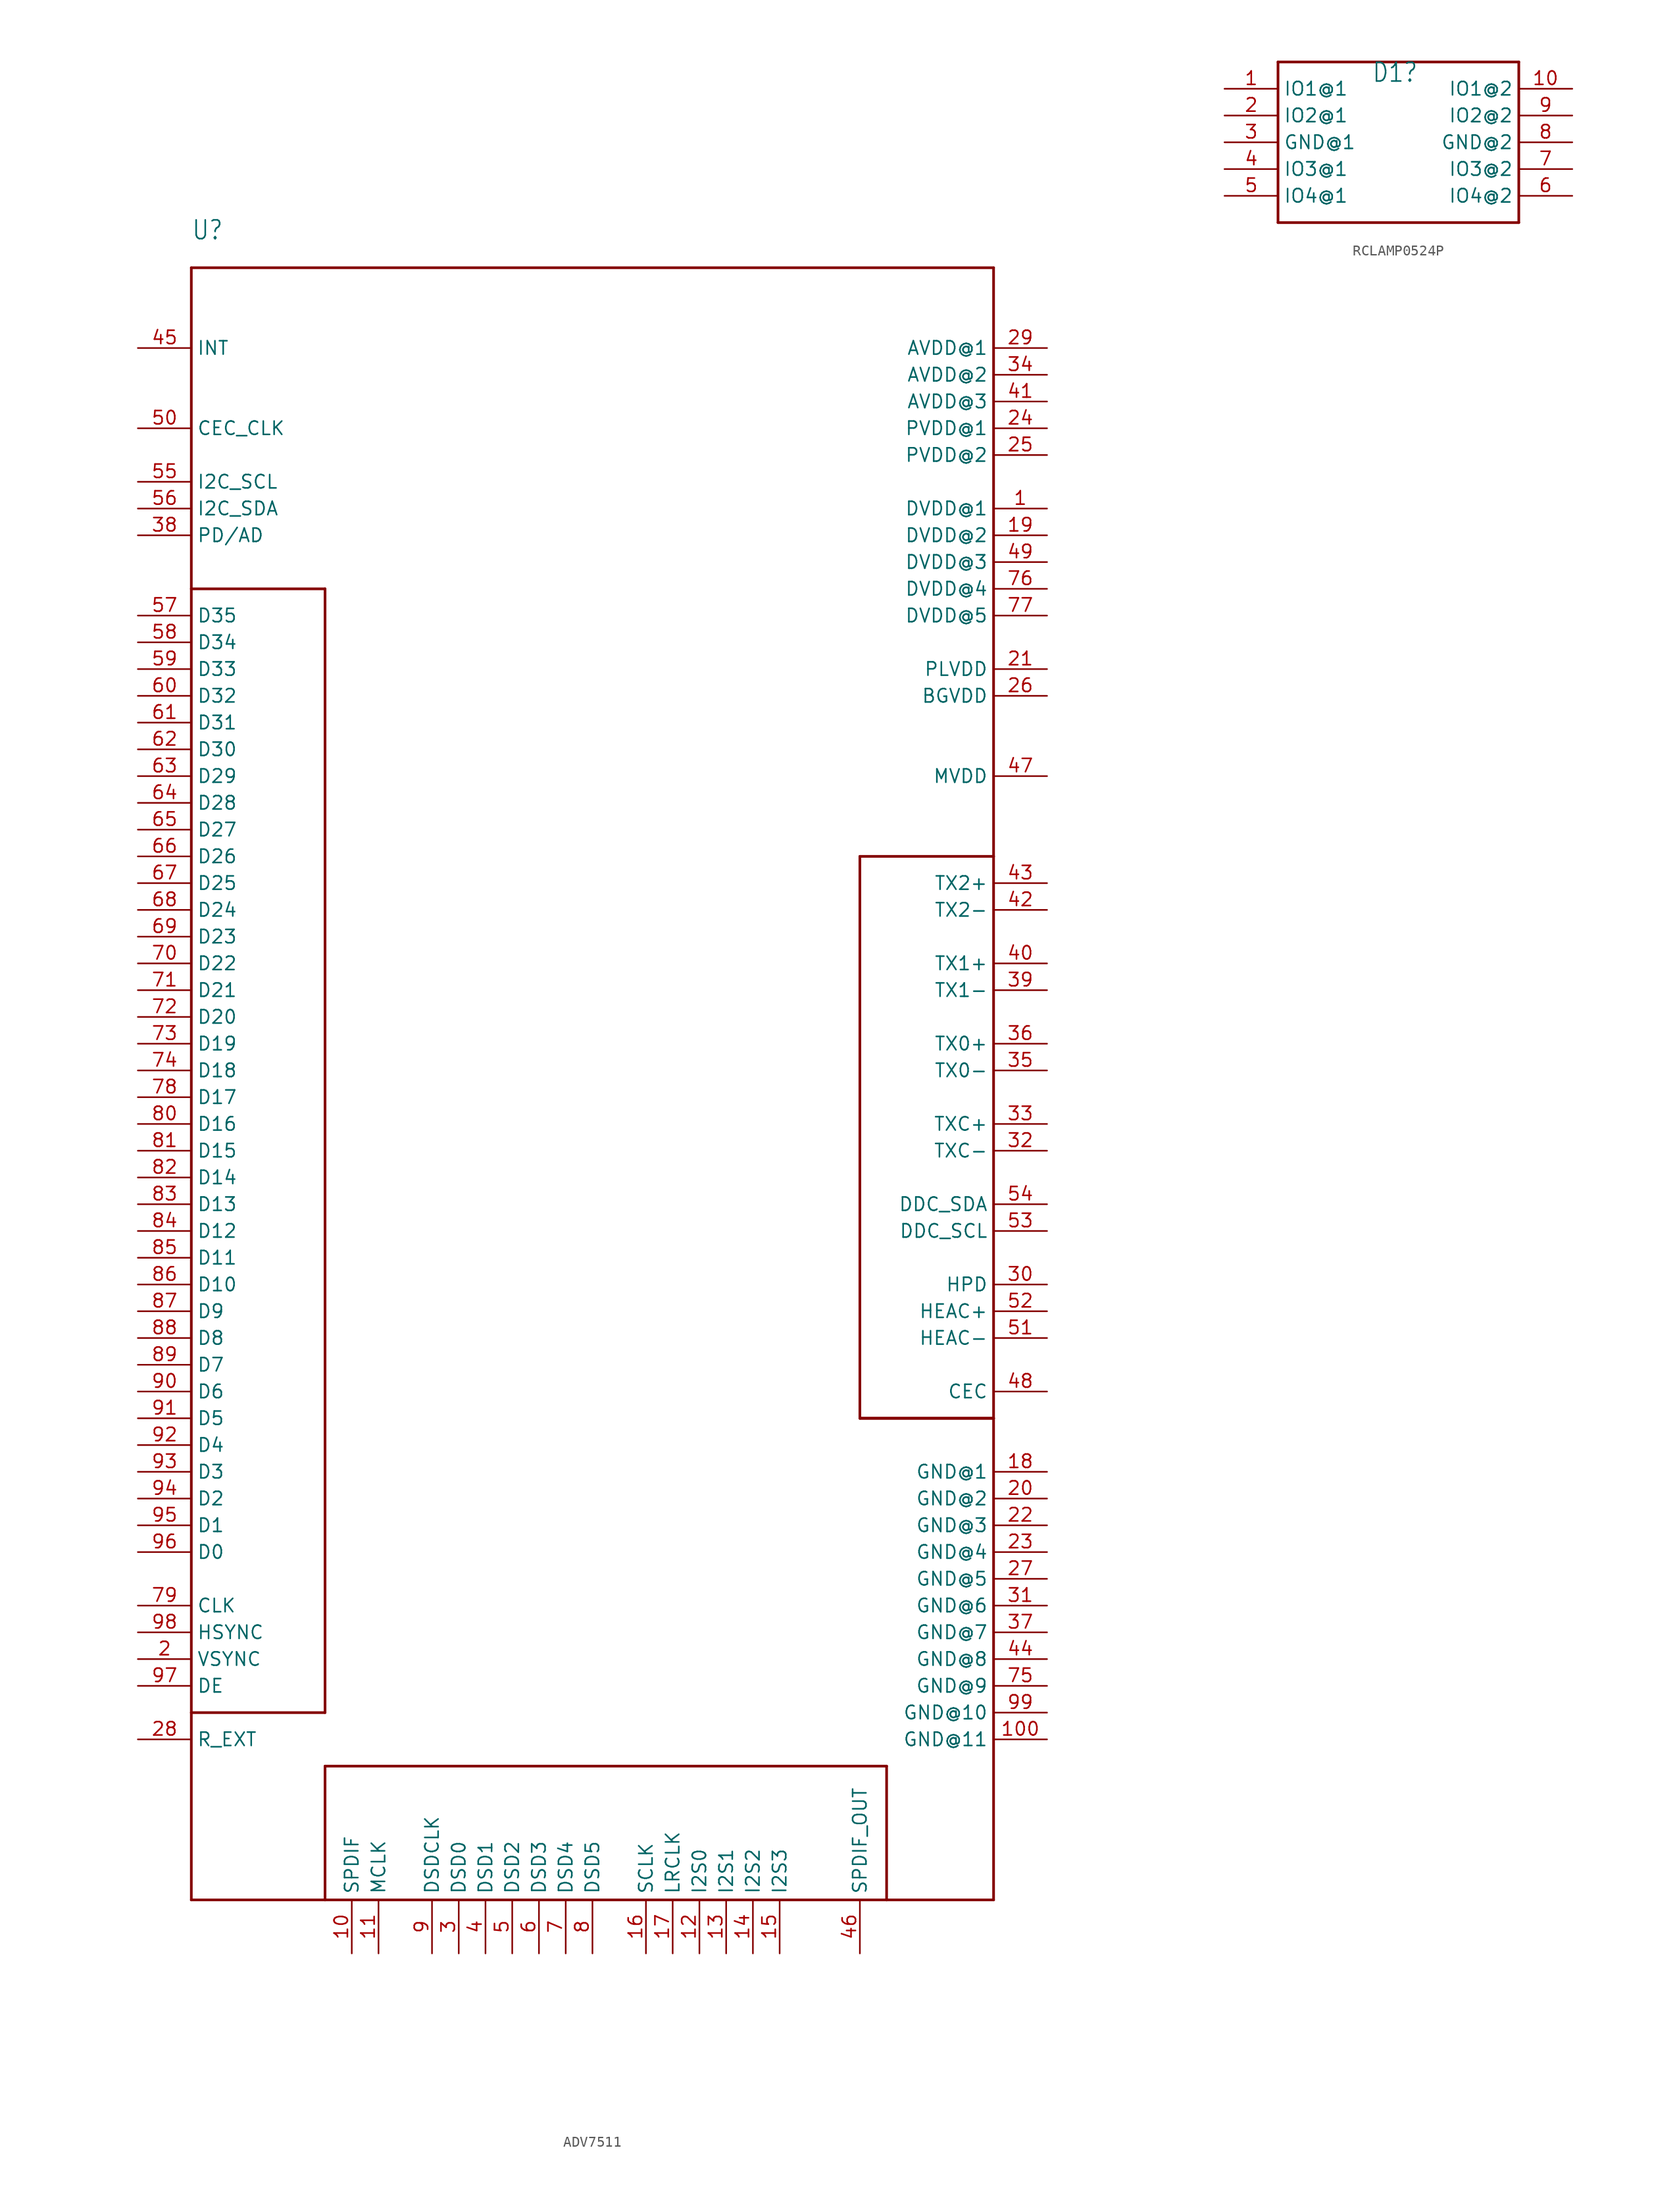
<source format=kicad_sym>
(kicad_symbol_lib
  (version 20220914)
  (generator kicad_symbol_editor)
  (symbol "ADV7511"
    (property "Reference" "U"
      (at -45.72 83.82 0)
      (effects (font (size 1.778 1.511)) (justify left bottom)))
    (property "Value" ""
      (at -45.72 81.788 0)
      (effects (font (size 1.778 1.511)) (justify left bottom)))
    (property "ki_locked" ""
      (at 0 0 0)
      (effects (font (size 1.27 1.27))))
    (symbol "ADV7511_1_0"
      (polyline (pts (xy -45.72 -73.66) (xy -33.02 -73.66)) (stroke (width 0.254) (type solid)) (fill (type none)))
      (polyline (pts (xy -45.72 -55.88) (xy -45.72 -73.66)) (stroke (width 0.254) (type solid)) (fill (type none)))
      (polyline (pts (xy -45.72 -55.88) (xy -33.02 -55.88)) (stroke (width 0.254) (type solid)) (fill (type none)))
      (polyline (pts (xy -45.72 50.8) (xy -45.72 -55.88)) (stroke (width 0.254) (type solid)) (fill (type none)))
      (polyline (pts (xy -45.72 81.28) (xy -45.72 50.8)) (stroke (width 0.254) (type solid)) (fill (type none)))
      (polyline (pts (xy -33.02 -73.66) (xy -33.02 -60.96)) (stroke (width 0.254) (type solid)) (fill (type none)))
      (polyline (pts (xy -33.02 -73.66) (xy 20.32 -73.66)) (stroke (width 0.254) (type solid)) (fill (type none)))
      (polyline (pts (xy -33.02 -60.96) (xy 20.32 -60.96)) (stroke (width 0.254) (type solid)) (fill (type none)))
      (polyline (pts (xy -33.02 -55.88) (xy -33.02 50.8)) (stroke (width 0.254) (type solid)) (fill (type none)))
      (polyline (pts (xy -33.02 50.8) (xy -45.72 50.8)) (stroke (width 0.254) (type solid)) (fill (type none)))
      (polyline (pts (xy 17.78 -27.94) (xy 30.48 -27.94)) (stroke (width 0.254) (type solid)) (fill (type none)))
      (polyline (pts (xy 17.78 25.4) (xy 17.78 -27.94)) (stroke (width 0.254) (type solid)) (fill (type none)))
      (polyline (pts (xy 20.32 -73.66) (xy 30.48 -73.66)) (stroke (width 0.254) (type solid)) (fill (type none)))
      (polyline (pts (xy 20.32 -60.96) (xy 20.32 -73.66)) (stroke (width 0.254) (type solid)) (fill (type none)))
      (polyline (pts (xy 30.48 -73.66) (xy 30.48 -27.94)) (stroke (width 0.254) (type solid)) (fill (type none)))
      (polyline (pts (xy 30.48 -27.94) (xy 17.78 -27.94)) (stroke (width 0.254) (type solid)) (fill (type none)))
      (polyline (pts (xy 30.48 -27.94) (xy 30.48 25.4)) (stroke (width 0.254) (type solid)) (fill (type none)))
      (polyline (pts (xy 30.48 25.4) (xy 17.78 25.4)) (stroke (width 0.254) (type solid)) (fill (type none)))
      (polyline (pts (xy 30.48 25.4) (xy 30.48 81.28)) (stroke (width 0.254) (type solid)) (fill (type none)))
      (polyline (pts (xy 30.48 81.28) (xy -45.72 81.28)) (stroke (width 0.254) (type solid)) (fill (type none)))
      (pin bidirectional line (at 35.56 58.42 180) (length 5.08) (name "DVDD@1" (effects (font (size 1.27 1.27)))) (number "1" (effects (font (size 1.27 1.27)))))
      (pin bidirectional line (at -30.48 -78.74 90) (length 5.08) (name "SPDIF" (effects (font (size 1.27 1.27)))) (number "10" (effects (font (size 1.27 1.27)))))
      (pin bidirectional line (at 35.56 -58.42 180) (length 5.08) (name "GND@11" (effects (font (size 1.27 1.27)))) (number "100" (effects (font (size 1.27 1.27)))))
      (pin bidirectional line (at -27.94 -78.74 90) (length 5.08) (name "MCLK" (effects (font (size 1.27 1.27)))) (number "11" (effects (font (size 1.27 1.27)))))
      (pin bidirectional line (at 2.54 -78.74 90) (length 5.08) (name "I2S0" (effects (font (size 1.27 1.27)))) (number "12" (effects (font (size 1.27 1.27)))))
      (pin bidirectional line (at 5.08 -78.74 90) (length 5.08) (name "I2S1" (effects (font (size 1.27 1.27)))) (number "13" (effects (font (size 1.27 1.27)))))
      (pin bidirectional line (at 7.62 -78.74 90) (length 5.08) (name "I2S2" (effects (font (size 1.27 1.27)))) (number "14" (effects (font (size 1.27 1.27)))))
      (pin bidirectional line (at 10.16 -78.74 90) (length 5.08) (name "I2S3" (effects (font (size 1.27 1.27)))) (number "15" (effects (font (size 1.27 1.27)))))
      (pin bidirectional line (at -2.54 -78.74 90) (length 5.08) (name "SCLK" (effects (font (size 1.27 1.27)))) (number "16" (effects (font (size 1.27 1.27)))))
      (pin bidirectional line (at 0 -78.74 90) (length 5.08) (name "LRCLK" (effects (font (size 1.27 1.27)))) (number "17" (effects (font (size 1.27 1.27)))))
      (pin bidirectional line (at 35.56 -33.02 180) (length 5.08) (name "GND@1" (effects (font (size 1.27 1.27)))) (number "18" (effects (font (size 1.27 1.27)))))
      (pin bidirectional line (at 35.56 55.88 180) (length 5.08) (name "DVDD@2" (effects (font (size 1.27 1.27)))) (number "19" (effects (font (size 1.27 1.27)))))
      (pin bidirectional line (at -50.8 -50.8 0) (length 5.08) (name "VSYNC" (effects (font (size 1.27 1.27)))) (number "2" (effects (font (size 1.27 1.27)))))
      (pin bidirectional line (at 35.56 -35.56 180) (length 5.08) (name "GND@2" (effects (font (size 1.27 1.27)))) (number "20" (effects (font (size 1.27 1.27)))))
      (pin bidirectional line (at 35.56 43.18 180) (length 5.08) (name "PLVDD" (effects (font (size 1.27 1.27)))) (number "21" (effects (font (size 1.27 1.27)))))
      (pin bidirectional line (at 35.56 -38.1 180) (length 5.08) (name "GND@3" (effects (font (size 1.27 1.27)))) (number "22" (effects (font (size 1.27 1.27)))))
      (pin bidirectional line (at 35.56 -40.64 180) (length 5.08) (name "GND@4" (effects (font (size 1.27 1.27)))) (number "23" (effects (font (size 1.27 1.27)))))
      (pin bidirectional line (at 35.56 66.04 180) (length 5.08) (name "PVDD@1" (effects (font (size 1.27 1.27)))) (number "24" (effects (font (size 1.27 1.27)))))
      (pin bidirectional line (at 35.56 63.5 180) (length 5.08) (name "PVDD@2" (effects (font (size 1.27 1.27)))) (number "25" (effects (font (size 1.27 1.27)))))
      (pin bidirectional line (at 35.56 40.64 180) (length 5.08) (name "BGVDD" (effects (font (size 1.27 1.27)))) (number "26" (effects (font (size 1.27 1.27)))))
      (pin bidirectional line (at 35.56 -43.18 180) (length 5.08) (name "GND@5" (effects (font (size 1.27 1.27)))) (number "27" (effects (font (size 1.27 1.27)))))
      (pin bidirectional line (at -50.8 -58.42 0) (length 5.08) (name "R_EXT" (effects (font (size 1.27 1.27)))) (number "28" (effects (font (size 1.27 1.27)))))
      (pin bidirectional line (at 35.56 73.66 180) (length 5.08) (name "AVDD@1" (effects (font (size 1.27 1.27)))) (number "29" (effects (font (size 1.27 1.27)))))
      (pin bidirectional line (at -20.32 -78.74 90) (length 5.08) (name "DSD0" (effects (font (size 1.27 1.27)))) (number "3" (effects (font (size 1.27 1.27)))))
      (pin bidirectional line (at 35.56 -15.24 180) (length 5.08) (name "HPD" (effects (font (size 1.27 1.27)))) (number "30" (effects (font (size 1.27 1.27)))))
      (pin bidirectional line (at 35.56 -45.72 180) (length 5.08) (name "GND@6" (effects (font (size 1.27 1.27)))) (number "31" (effects (font (size 1.27 1.27)))))
      (pin bidirectional line (at 35.56 -2.54 180) (length 5.08) (name "TXC-" (effects (font (size 1.27 1.27)))) (number "32" (effects (font (size 1.27 1.27)))))
      (pin bidirectional line (at 35.56 0 180) (length 5.08) (name "TXC+" (effects (font (size 1.27 1.27)))) (number "33" (effects (font (size 1.27 1.27)))))
      (pin bidirectional line (at 35.56 71.12 180) (length 5.08) (name "AVDD@2" (effects (font (size 1.27 1.27)))) (number "34" (effects (font (size 1.27 1.27)))))
      (pin bidirectional line (at 35.56 5.08 180) (length 5.08) (name "TX0-" (effects (font (size 1.27 1.27)))) (number "35" (effects (font (size 1.27 1.27)))))
      (pin bidirectional line (at 35.56 7.62 180) (length 5.08) (name "TX0+" (effects (font (size 1.27 1.27)))) (number "36" (effects (font (size 1.27 1.27)))))
      (pin bidirectional line (at 35.56 -48.26 180) (length 5.08) (name "GND@7" (effects (font (size 1.27 1.27)))) (number "37" (effects (font (size 1.27 1.27)))))
      (pin bidirectional line (at -50.8 55.88 0) (length 5.08) (name "PD/AD" (effects (font (size 1.27 1.27)))) (number "38" (effects (font (size 1.27 1.27)))))
      (pin bidirectional line (at 35.56 12.7 180) (length 5.08) (name "TX1-" (effects (font (size 1.27 1.27)))) (number "39" (effects (font (size 1.27 1.27)))))
      (pin bidirectional line (at -17.78 -78.74 90) (length 5.08) (name "DSD1" (effects (font (size 1.27 1.27)))) (number "4" (effects (font (size 1.27 1.27)))))
      (pin bidirectional line (at 35.56 15.24 180) (length 5.08) (name "TX1+" (effects (font (size 1.27 1.27)))) (number "40" (effects (font (size 1.27 1.27)))))
      (pin bidirectional line (at 35.56 68.58 180) (length 5.08) (name "AVDD@3" (effects (font (size 1.27 1.27)))) (number "41" (effects (font (size 1.27 1.27)))))
      (pin bidirectional line (at 35.56 20.32 180) (length 5.08) (name "TX2-" (effects (font (size 1.27 1.27)))) (number "42" (effects (font (size 1.27 1.27)))))
      (pin bidirectional line (at 35.56 22.86 180) (length 5.08) (name "TX2+" (effects (font (size 1.27 1.27)))) (number "43" (effects (font (size 1.27 1.27)))))
      (pin bidirectional line (at 35.56 -50.8 180) (length 5.08) (name "GND@8" (effects (font (size 1.27 1.27)))) (number "44" (effects (font (size 1.27 1.27)))))
      (pin bidirectional line (at -50.8 73.66 0) (length 5.08) (name "INT" (effects (font (size 1.27 1.27)))) (number "45" (effects (font (size 1.27 1.27)))))
      (pin bidirectional line (at 17.78 -78.74 90) (length 5.08) (name "SPDIF_OUT" (effects (font (size 1.27 1.27)))) (number "46" (effects (font (size 1.27 1.27)))))
      (pin bidirectional line (at 35.56 33.02 180) (length 5.08) (name "MVDD" (effects (font (size 1.27 1.27)))) (number "47" (effects (font (size 1.27 1.27)))))
      (pin bidirectional line (at 35.56 -25.4 180) (length 5.08) (name "CEC" (effects (font (size 1.27 1.27)))) (number "48" (effects (font (size 1.27 1.27)))))
      (pin bidirectional line (at 35.56 53.34 180) (length 5.08) (name "DVDD@3" (effects (font (size 1.27 1.27)))) (number "49" (effects (font (size 1.27 1.27)))))
      (pin bidirectional line (at -15.24 -78.74 90) (length 5.08) (name "DSD2" (effects (font (size 1.27 1.27)))) (number "5" (effects (font (size 1.27 1.27)))))
      (pin bidirectional line (at -50.8 66.04 0) (length 5.08) (name "CEC_CLK" (effects (font (size 1.27 1.27)))) (number "50" (effects (font (size 1.27 1.27)))))
      (pin bidirectional line (at 35.56 -20.32 180) (length 5.08) (name "HEAC-" (effects (font (size 1.27 1.27)))) (number "51" (effects (font (size 1.27 1.27)))))
      (pin bidirectional line (at 35.56 -17.78 180) (length 5.08) (name "HEAC+" (effects (font (size 1.27 1.27)))) (number "52" (effects (font (size 1.27 1.27)))))
      (pin bidirectional line (at 35.56 -10.16 180) (length 5.08) (name "DDC_SCL" (effects (font (size 1.27 1.27)))) (number "53" (effects (font (size 1.27 1.27)))))
      (pin bidirectional line (at 35.56 -7.62 180) (length 5.08) (name "DDC_SDA" (effects (font (size 1.27 1.27)))) (number "54" (effects (font (size 1.27 1.27)))))
      (pin bidirectional line (at -50.8 60.96 0) (length 5.08) (name "I2C_SCL" (effects (font (size 1.27 1.27)))) (number "55" (effects (font (size 1.27 1.27)))))
      (pin bidirectional line (at -50.8 58.42 0) (length 5.08) (name "I2C_SDA" (effects (font (size 1.27 1.27)))) (number "56" (effects (font (size 1.27 1.27)))))
      (pin bidirectional line (at -50.8 48.26 0) (length 5.08) (name "D35" (effects (font (size 1.27 1.27)))) (number "57" (effects (font (size 1.27 1.27)))))
      (pin bidirectional line (at -50.8 45.72 0) (length 5.08) (name "D34" (effects (font (size 1.27 1.27)))) (number "58" (effects (font (size 1.27 1.27)))))
      (pin bidirectional line (at -50.8 43.18 0) (length 5.08) (name "D33" (effects (font (size 1.27 1.27)))) (number "59" (effects (font (size 1.27 1.27)))))
      (pin bidirectional line (at -12.7 -78.74 90) (length 5.08) (name "DSD3" (effects (font (size 1.27 1.27)))) (number "6" (effects (font (size 1.27 1.27)))))
      (pin bidirectional line (at -50.8 40.64 0) (length 5.08) (name "D32" (effects (font (size 1.27 1.27)))) (number "60" (effects (font (size 1.27 1.27)))))
      (pin bidirectional line (at -50.8 38.1 0) (length 5.08) (name "D31" (effects (font (size 1.27 1.27)))) (number "61" (effects (font (size 1.27 1.27)))))
      (pin bidirectional line (at -50.8 35.56 0) (length 5.08) (name "D30" (effects (font (size 1.27 1.27)))) (number "62" (effects (font (size 1.27 1.27)))))
      (pin bidirectional line (at -50.8 33.02 0) (length 5.08) (name "D29" (effects (font (size 1.27 1.27)))) (number "63" (effects (font (size 1.27 1.27)))))
      (pin bidirectional line (at -50.8 30.48 0) (length 5.08) (name "D28" (effects (font (size 1.27 1.27)))) (number "64" (effects (font (size 1.27 1.27)))))
      (pin bidirectional line (at -50.8 27.94 0) (length 5.08) (name "D27" (effects (font (size 1.27 1.27)))) (number "65" (effects (font (size 1.27 1.27)))))
      (pin bidirectional line (at -50.8 25.4 0) (length 5.08) (name "D26" (effects (font (size 1.27 1.27)))) (number "66" (effects (font (size 1.27 1.27)))))
      (pin bidirectional line (at -50.8 22.86 0) (length 5.08) (name "D25" (effects (font (size 1.27 1.27)))) (number "67" (effects (font (size 1.27 1.27)))))
      (pin bidirectional line (at -50.8 20.32 0) (length 5.08) (name "D24" (effects (font (size 1.27 1.27)))) (number "68" (effects (font (size 1.27 1.27)))))
      (pin bidirectional line (at -50.8 17.78 0) (length 5.08) (name "D23" (effects (font (size 1.27 1.27)))) (number "69" (effects (font (size 1.27 1.27)))))
      (pin bidirectional line (at -10.16 -78.74 90) (length 5.08) (name "DSD4" (effects (font (size 1.27 1.27)))) (number "7" (effects (font (size 1.27 1.27)))))
      (pin bidirectional line (at -50.8 15.24 0) (length 5.08) (name "D22" (effects (font (size 1.27 1.27)))) (number "70" (effects (font (size 1.27 1.27)))))
      (pin bidirectional line (at -50.8 12.7 0) (length 5.08) (name "D21" (effects (font (size 1.27 1.27)))) (number "71" (effects (font (size 1.27 1.27)))))
      (pin bidirectional line (at -50.8 10.16 0) (length 5.08) (name "D20" (effects (font (size 1.27 1.27)))) (number "72" (effects (font (size 1.27 1.27)))))
      (pin bidirectional line (at -50.8 7.62 0) (length 5.08) (name "D19" (effects (font (size 1.27 1.27)))) (number "73" (effects (font (size 1.27 1.27)))))
      (pin bidirectional line (at -50.8 5.08 0) (length 5.08) (name "D18" (effects (font (size 1.27 1.27)))) (number "74" (effects (font (size 1.27 1.27)))))
      (pin bidirectional line (at 35.56 -53.34 180) (length 5.08) (name "GND@9" (effects (font (size 1.27 1.27)))) (number "75" (effects (font (size 1.27 1.27)))))
      (pin bidirectional line (at 35.56 50.8 180) (length 5.08) (name "DVDD@4" (effects (font (size 1.27 1.27)))) (number "76" (effects (font (size 1.27 1.27)))))
      (pin bidirectional line (at 35.56 48.26 180) (length 5.08) (name "DVDD@5" (effects (font (size 1.27 1.27)))) (number "77" (effects (font (size 1.27 1.27)))))
      (pin bidirectional line (at -50.8 2.54 0) (length 5.08) (name "D17" (effects (font (size 1.27 1.27)))) (number "78" (effects (font (size 1.27 1.27)))))
      (pin bidirectional line (at -50.8 -45.72 0) (length 5.08) (name "CLK" (effects (font (size 1.27 1.27)))) (number "79" (effects (font (size 1.27 1.27)))))
      (pin bidirectional line (at -7.62 -78.74 90) (length 5.08) (name "DSD5" (effects (font (size 1.27 1.27)))) (number "8" (effects (font (size 1.27 1.27)))))
      (pin bidirectional line (at -50.8 0 0) (length 5.08) (name "D16" (effects (font (size 1.27 1.27)))) (number "80" (effects (font (size 1.27 1.27)))))
      (pin bidirectional line (at -50.8 -2.54 0) (length 5.08) (name "D15" (effects (font (size 1.27 1.27)))) (number "81" (effects (font (size 1.27 1.27)))))
      (pin bidirectional line (at -50.8 -5.08 0) (length 5.08) (name "D14" (effects (font (size 1.27 1.27)))) (number "82" (effects (font (size 1.27 1.27)))))
      (pin bidirectional line (at -50.8 -7.62 0) (length 5.08) (name "D13" (effects (font (size 1.27 1.27)))) (number "83" (effects (font (size 1.27 1.27)))))
      (pin bidirectional line (at -50.8 -10.16 0) (length 5.08) (name "D12" (effects (font (size 1.27 1.27)))) (number "84" (effects (font (size 1.27 1.27)))))
      (pin bidirectional line (at -50.8 -12.7 0) (length 5.08) (name "D11" (effects (font (size 1.27 1.27)))) (number "85" (effects (font (size 1.27 1.27)))))
      (pin bidirectional line (at -50.8 -15.24 0) (length 5.08) (name "D10" (effects (font (size 1.27 1.27)))) (number "86" (effects (font (size 1.27 1.27)))))
      (pin bidirectional line (at -50.8 -17.78 0) (length 5.08) (name "D9" (effects (font (size 1.27 1.27)))) (number "87" (effects (font (size 1.27 1.27)))))
      (pin bidirectional line (at -50.8 -20.32 0) (length 5.08) (name "D8" (effects (font (size 1.27 1.27)))) (number "88" (effects (font (size 1.27 1.27)))))
      (pin bidirectional line (at -50.8 -22.86 0) (length 5.08) (name "D7" (effects (font (size 1.27 1.27)))) (number "89" (effects (font (size 1.27 1.27)))))
      (pin bidirectional line (at -22.86 -78.74 90) (length 5.08) (name "DSDCLK" (effects (font (size 1.27 1.27)))) (number "9" (effects (font (size 1.27 1.27)))))
      (pin bidirectional line (at -50.8 -25.4 0) (length 5.08) (name "D6" (effects (font (size 1.27 1.27)))) (number "90" (effects (font (size 1.27 1.27)))))
      (pin bidirectional line (at -50.8 -27.94 0) (length 5.08) (name "D5" (effects (font (size 1.27 1.27)))) (number "91" (effects (font (size 1.27 1.27)))))
      (pin bidirectional line (at -50.8 -30.48 0) (length 5.08) (name "D4" (effects (font (size 1.27 1.27)))) (number "92" (effects (font (size 1.27 1.27)))))
      (pin bidirectional line (at -50.8 -33.02 0) (length 5.08) (name "D3" (effects (font (size 1.27 1.27)))) (number "93" (effects (font (size 1.27 1.27)))))
      (pin bidirectional line (at -50.8 -35.56 0) (length 5.08) (name "D2" (effects (font (size 1.27 1.27)))) (number "94" (effects (font (size 1.27 1.27)))))
      (pin bidirectional line (at -50.8 -38.1 0) (length 5.08) (name "D1" (effects (font (size 1.27 1.27)))) (number "95" (effects (font (size 1.27 1.27)))))
      (pin bidirectional line (at -50.8 -40.64 0) (length 5.08) (name "D0" (effects (font (size 1.27 1.27)))) (number "96" (effects (font (size 1.27 1.27)))))
      (pin bidirectional line (at -50.8 -53.34 0) (length 5.08) (name "DE" (effects (font (size 1.27 1.27)))) (number "97" (effects (font (size 1.27 1.27)))))
      (pin bidirectional line (at -50.8 -48.26 0) (length 5.08) (name "HSYNC" (effects (font (size 1.27 1.27)))) (number "98" (effects (font (size 1.27 1.27)))))
      (pin bidirectional line (at 35.56 -55.88 180) (length 5.08) (name "GND@10" (effects (font (size 1.27 1.27)))) (number "99" (effects (font (size 1.27 1.27)))))))
  (symbol "RCLAMP0524P"
    (property "Reference" "D1"
      (at -1.27 5.588 0)
      (effects (font (size 1.778 1.511)) (justify left bottom)))
    (property "ki_locked" ""
      (at 0 0 0)
      (effects (font (size 1.27 1.27))))
    (symbol "RCLAMP0524P_1_0"
      (polyline (pts (xy -10.16 -7.62) (xy 12.7 -7.62)) (stroke (width 0.254) (type solid)) (fill (type none)))
      (polyline (pts (xy -10.16 7.62) (xy -10.16 -7.62)) (stroke (width 0.254) (type solid)) (fill (type none)))
      (polyline (pts (xy 12.7 -7.62) (xy 12.7 7.62)) (stroke (width 0.254) (type solid)) (fill (type none)))
      (polyline (pts (xy 12.7 7.62) (xy -10.16 7.62)) (stroke (width 0.254) (type solid)) (fill (type none)))
      (pin input line (at -15.24 5.08 0) (length 5.08) (name "IO1@1" (effects (font (size 1.27 1.27)))) (number "1" (effects (font (size 1.27 1.27)))))
      (pin output line (at 17.78 5.08 180) (length 5.08) (name "IO1@2" (effects (font (size 1.27 1.27)))) (number "10" (effects (font (size 1.27 1.27)))))
      (pin input line (at -15.24 2.54 0) (length 5.08) (name "IO2@1" (effects (font (size 1.27 1.27)))) (number "2" (effects (font (size 1.27 1.27)))))
      (pin power_in line (at -15.24 0 0) (length 5.08) (name "GND@1" (effects (font (size 1.27 1.27)))) (number "3" (effects (font (size 1.27 1.27)))))
      (pin input line (at -15.24 -2.54 0) (length 5.08) (name "IO3@1" (effects (font (size 1.27 1.27)))) (number "4" (effects (font (size 1.27 1.27)))))
      (pin input line (at -15.24 -5.08 0) (length 5.08) (name "IO4@1" (effects (font (size 1.27 1.27)))) (number "5" (effects (font (size 1.27 1.27)))))
      (pin output line (at 17.78 -5.08 180) (length 5.08) (name "IO4@2" (effects (font (size 1.27 1.27)))) (number "6" (effects (font (size 1.27 1.27)))))
      (pin output line (at 17.78 -2.54 180) (length 5.08) (name "IO3@2" (effects (font (size 1.27 1.27)))) (number "7" (effects (font (size 1.27 1.27)))))
      (pin power_in line (at 17.78 0 180) (length 5.08) (name "GND@2" (effects (font (size 1.27 1.27)))) (number "8" (effects (font (size 1.27 1.27)))))
      (pin output line (at 17.78 2.54 180) (length 5.08) (name "IO2@2" (effects (font (size 1.27 1.27)))) (number "9" (effects (font (size 1.27 1.27))))))))
</source>
